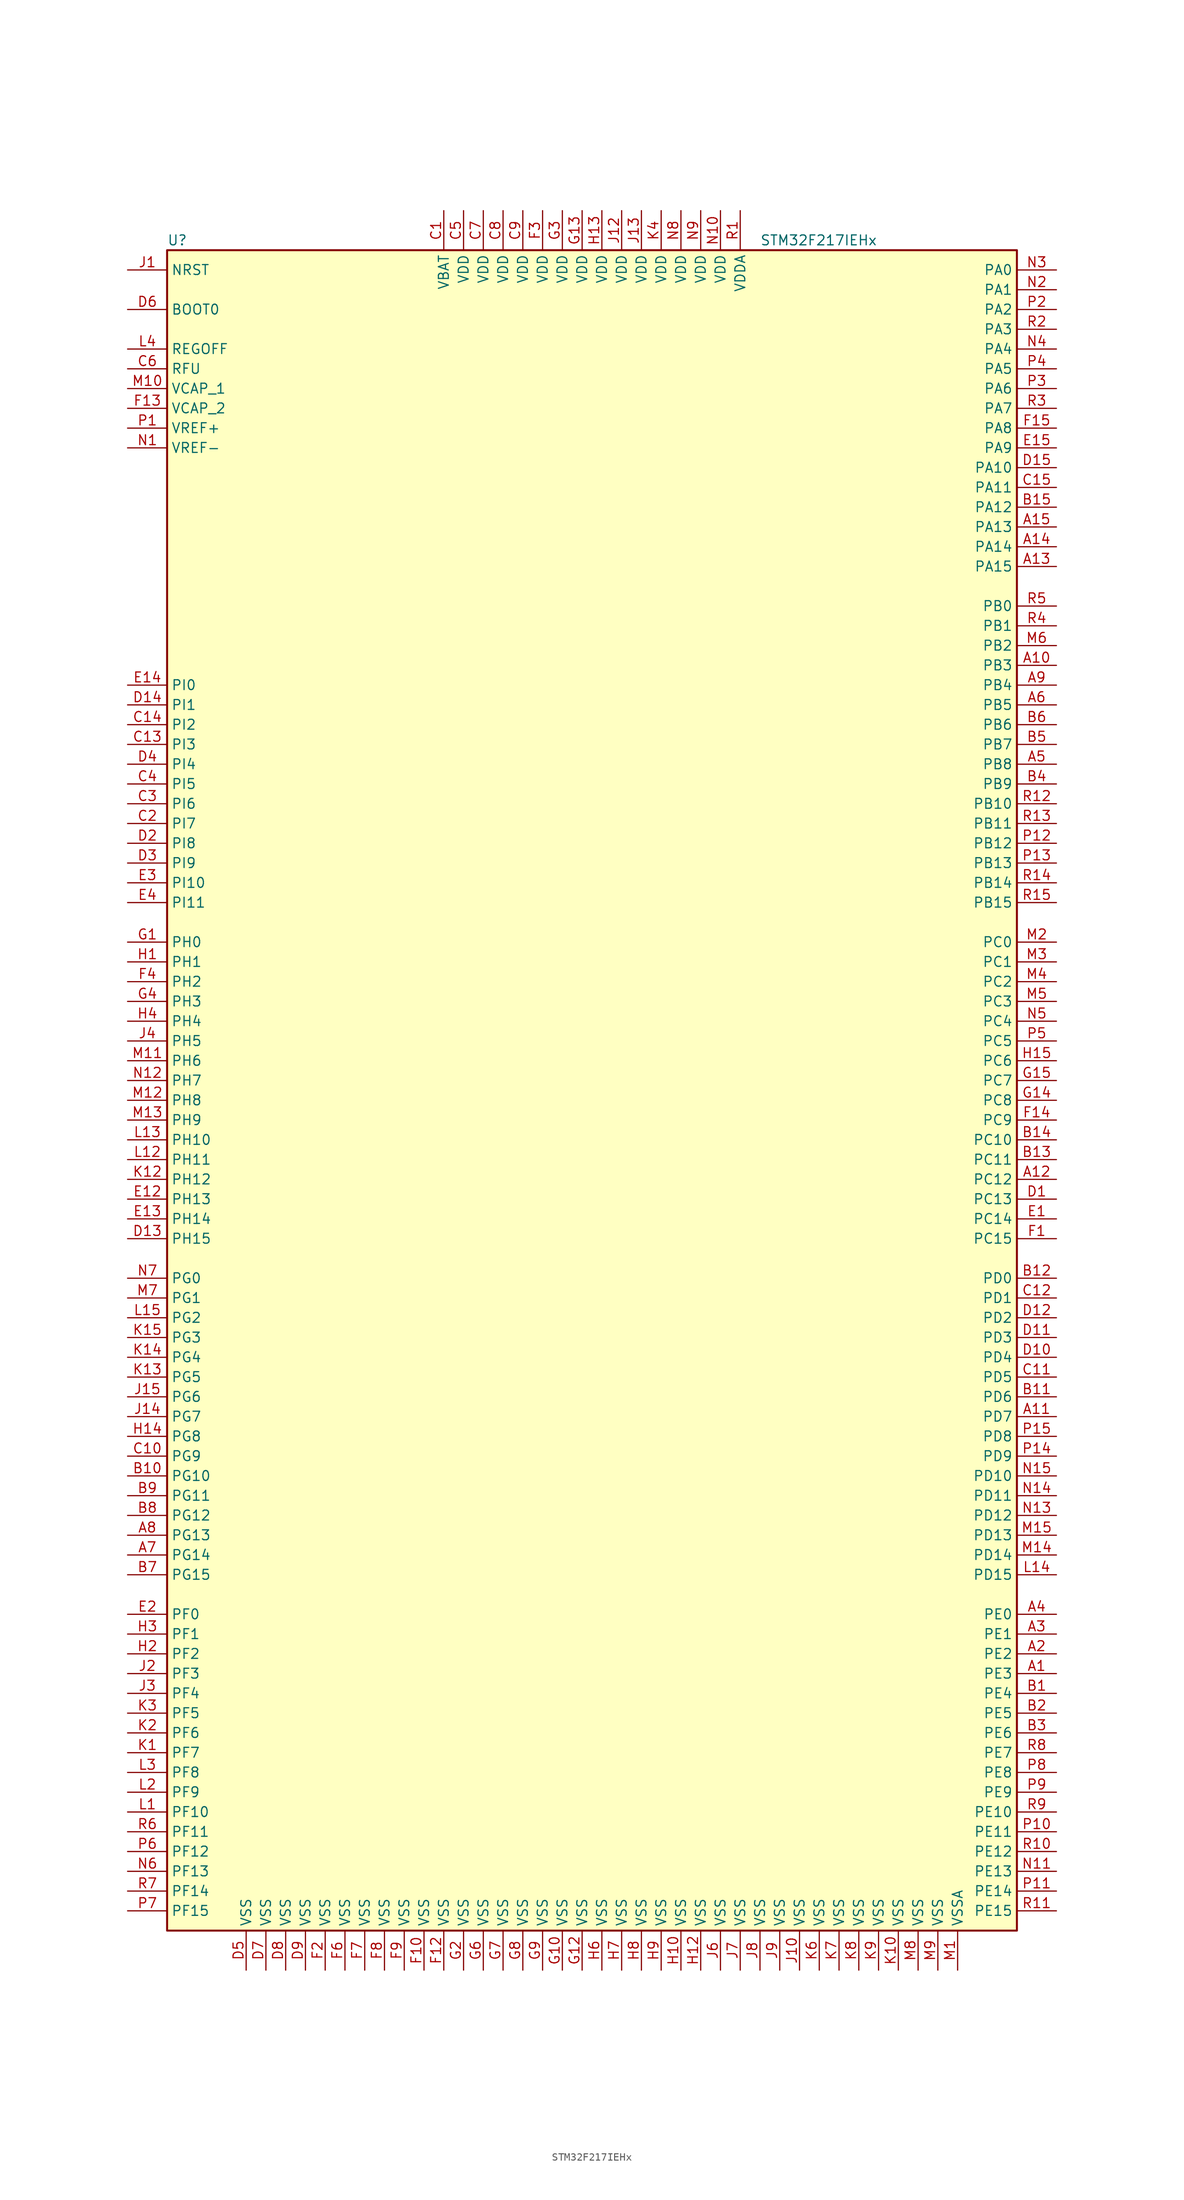
<source format=kicad_sym>
(kicad_symbol_lib
  (version 20211014)
  (generator kicad_symbol_editor)
  (symbol "STM32F217IEHx"
    (property "Reference" "U"
      (at -55.88 107.95 0)
      (effects (font (size 1.27 1.27)) (justify left)))
    (property "Value" "STM32F217IEHx"
      (at 20.32 107.95 0)
      (effects (font (size 1.27 1.27)) (justify left)))
    (symbol "STM32F217IEHx_0_1"
      (rectangle (start -55.88 -109.22) (end 53.34 106.68) (stroke (width 0.254) (type default) (color 0 0 0 0)) (fill (type background))))
    (symbol "STM32F217IEHx_1_1"
      (pin bidirectional line (at 58.42 -76.2 180) (length 5.08) (name "PE3" (effects (font (size 1.27 1.27)))) (number "A1" (effects (font (size 1.27 1.27)))))
      (pin bidirectional line (at 58.42 53.34 180) (length 5.08) (name "PB3" (effects (font (size 1.27 1.27)))) (number "A10" (effects (font (size 1.27 1.27)))))
      (pin bidirectional line (at 58.42 -43.18 180) (length 5.08) (name "PD7" (effects (font (size 1.27 1.27)))) (number "A11" (effects (font (size 1.27 1.27)))))
      (pin bidirectional line (at 58.42 -12.7 180) (length 5.08) (name "PC12" (effects (font (size 1.27 1.27)))) (number "A12" (effects (font (size 1.27 1.27)))))
      (pin bidirectional line (at 58.42 66.04 180) (length 5.08) (name "PA15" (effects (font (size 1.27 1.27)))) (number "A13" (effects (font (size 1.27 1.27)))))
      (pin bidirectional line (at 58.42 68.58 180) (length 5.08) (name "PA14" (effects (font (size 1.27 1.27)))) (number "A14" (effects (font (size 1.27 1.27)))))
      (pin bidirectional line (at 58.42 71.12 180) (length 5.08) (name "PA13" (effects (font (size 1.27 1.27)))) (number "A15" (effects (font (size 1.27 1.27)))))
      (pin bidirectional line (at 58.42 -73.66 180) (length 5.08) (name "PE2" (effects (font (size 1.27 1.27)))) (number "A2" (effects (font (size 1.27 1.27)))))
      (pin bidirectional line (at 58.42 -71.12 180) (length 5.08) (name "PE1" (effects (font (size 1.27 1.27)))) (number "A3" (effects (font (size 1.27 1.27)))))
      (pin bidirectional line (at 58.42 -68.58 180) (length 5.08) (name "PE0" (effects (font (size 1.27 1.27)))) (number "A4" (effects (font (size 1.27 1.27)))))
      (pin bidirectional line (at 58.42 40.64 180) (length 5.08) (name "PB8" (effects (font (size 1.27 1.27)))) (number "A5" (effects (font (size 1.27 1.27)))))
      (pin bidirectional line (at 58.42 48.26 180) (length 5.08) (name "PB5" (effects (font (size 1.27 1.27)))) (number "A6" (effects (font (size 1.27 1.27)))))
      (pin bidirectional line (at -60.96 -60.96 0) (length 5.08) (name "PG14" (effects (font (size 1.27 1.27)))) (number "A7" (effects (font (size 1.27 1.27)))))
      (pin bidirectional line (at -60.96 -58.42 0) (length 5.08) (name "PG13" (effects (font (size 1.27 1.27)))) (number "A8" (effects (font (size 1.27 1.27)))))
      (pin bidirectional line (at 58.42 50.8 180) (length 5.08) (name "PB4" (effects (font (size 1.27 1.27)))) (number "A9" (effects (font (size 1.27 1.27)))))
      (pin bidirectional line (at 58.42 -78.74 180) (length 5.08) (name "PE4" (effects (font (size 1.27 1.27)))) (number "B1" (effects (font (size 1.27 1.27)))))
      (pin bidirectional line (at -60.96 -50.8 0) (length 5.08) (name "PG10" (effects (font (size 1.27 1.27)))) (number "B10" (effects (font (size 1.27 1.27)))))
      (pin bidirectional line (at 58.42 -40.64 180) (length 5.08) (name "PD6" (effects (font (size 1.27 1.27)))) (number "B11" (effects (font (size 1.27 1.27)))))
      (pin bidirectional line (at 58.42 -25.4 180) (length 5.08) (name "PD0" (effects (font (size 1.27 1.27)))) (number "B12" (effects (font (size 1.27 1.27)))))
      (pin bidirectional line (at 58.42 -10.16 180) (length 5.08) (name "PC11" (effects (font (size 1.27 1.27)))) (number "B13" (effects (font (size 1.27 1.27)))))
      (pin bidirectional line (at 58.42 -7.62 180) (length 5.08) (name "PC10" (effects (font (size 1.27 1.27)))) (number "B14" (effects (font (size 1.27 1.27)))))
      (pin bidirectional line (at 58.42 73.66 180) (length 5.08) (name "PA12" (effects (font (size 1.27 1.27)))) (number "B15" (effects (font (size 1.27 1.27)))))
      (pin bidirectional line (at 58.42 -81.28 180) (length 5.08) (name "PE5" (effects (font (size 1.27 1.27)))) (number "B2" (effects (font (size 1.27 1.27)))))
      (pin bidirectional line (at 58.42 -83.82 180) (length 5.08) (name "PE6" (effects (font (size 1.27 1.27)))) (number "B3" (effects (font (size 1.27 1.27)))))
      (pin bidirectional line (at 58.42 38.1 180) (length 5.08) (name "PB9" (effects (font (size 1.27 1.27)))) (number "B4" (effects (font (size 1.27 1.27)))))
      (pin bidirectional line (at 58.42 43.18 180) (length 5.08) (name "PB7" (effects (font (size 1.27 1.27)))) (number "B5" (effects (font (size 1.27 1.27)))))
      (pin bidirectional line (at 58.42 45.72 180) (length 5.08) (name "PB6" (effects (font (size 1.27 1.27)))) (number "B6" (effects (font (size 1.27 1.27)))))
      (pin bidirectional line (at -60.96 -63.5 0) (length 5.08) (name "PG15" (effects (font (size 1.27 1.27)))) (number "B7" (effects (font (size 1.27 1.27)))))
      (pin bidirectional line (at -60.96 -55.88 0) (length 5.08) (name "PG12" (effects (font (size 1.27 1.27)))) (number "B8" (effects (font (size 1.27 1.27)))))
      (pin bidirectional line (at -60.96 -53.34 0) (length 5.08) (name "PG11" (effects (font (size 1.27 1.27)))) (number "B9" (effects (font (size 1.27 1.27)))))
      (pin power_in line (at -20.32 111.76 270) (length 5.08) (name "VBAT" (effects (font (size 1.27 1.27)))) (number "C1" (effects (font (size 1.27 1.27)))))
      (pin bidirectional line (at -60.96 -48.26 0) (length 5.08) (name "PG9" (effects (font (size 1.27 1.27)))) (number "C10" (effects (font (size 1.27 1.27)))))
      (pin bidirectional line (at 58.42 -38.1 180) (length 5.08) (name "PD5" (effects (font (size 1.27 1.27)))) (number "C11" (effects (font (size 1.27 1.27)))))
      (pin bidirectional line (at 58.42 -27.94 180) (length 5.08) (name "PD1" (effects (font (size 1.27 1.27)))) (number "C12" (effects (font (size 1.27 1.27)))))
      (pin bidirectional line (at -60.96 43.18 0) (length 5.08) (name "PI3" (effects (font (size 1.27 1.27)))) (number "C13" (effects (font (size 1.27 1.27)))))
      (pin bidirectional line (at -60.96 45.72 0) (length 5.08) (name "PI2" (effects (font (size 1.27 1.27)))) (number "C14" (effects (font (size 1.27 1.27)))))
      (pin bidirectional line (at 58.42 76.2 180) (length 5.08) (name "PA11" (effects (font (size 1.27 1.27)))) (number "C15" (effects (font (size 1.27 1.27)))))
      (pin bidirectional line (at -60.96 33.02 0) (length 5.08) (name "PI7" (effects (font (size 1.27 1.27)))) (number "C2" (effects (font (size 1.27 1.27)))))
      (pin bidirectional line (at -60.96 35.56 0) (length 5.08) (name "PI6" (effects (font (size 1.27 1.27)))) (number "C3" (effects (font (size 1.27 1.27)))))
      (pin bidirectional line (at -60.96 38.1 0) (length 5.08) (name "PI5" (effects (font (size 1.27 1.27)))) (number "C4" (effects (font (size 1.27 1.27)))))
      (pin power_in line (at -17.78 111.76 270) (length 5.08) (name "VDD" (effects (font (size 1.27 1.27)))) (number "C5" (effects (font (size 1.27 1.27)))))
      (pin power_in line (at -60.96 91.44 0) (length 5.08) (name "RFU" (effects (font (size 1.27 1.27)))) (number "C6" (effects (font (size 1.27 1.27)))))
      (pin power_in line (at -15.24 111.76 270) (length 5.08) (name "VDD" (effects (font (size 1.27 1.27)))) (number "C7" (effects (font (size 1.27 1.27)))))
      (pin power_in line (at -12.7 111.76 270) (length 5.08) (name "VDD" (effects (font (size 1.27 1.27)))) (number "C8" (effects (font (size 1.27 1.27)))))
      (pin power_in line (at -10.16 111.76 270) (length 5.08) (name "VDD" (effects (font (size 1.27 1.27)))) (number "C9" (effects (font (size 1.27 1.27)))))
      (pin bidirectional line (at 58.42 -15.24 180) (length 5.08) (name "PC13" (effects (font (size 1.27 1.27)))) (number "D1" (effects (font (size 1.27 1.27)))))
      (pin bidirectional line (at 58.42 -35.56 180) (length 5.08) (name "PD4" (effects (font (size 1.27 1.27)))) (number "D10" (effects (font (size 1.27 1.27)))))
      (pin bidirectional line (at 58.42 -33.02 180) (length 5.08) (name "PD3" (effects (font (size 1.27 1.27)))) (number "D11" (effects (font (size 1.27 1.27)))))
      (pin bidirectional line (at 58.42 -30.48 180) (length 5.08) (name "PD2" (effects (font (size 1.27 1.27)))) (number "D12" (effects (font (size 1.27 1.27)))))
      (pin bidirectional line (at -60.96 -20.32 0) (length 5.08) (name "PH15" (effects (font (size 1.27 1.27)))) (number "D13" (effects (font (size 1.27 1.27)))))
      (pin bidirectional line (at -60.96 48.26 0) (length 5.08) (name "PI1" (effects (font (size 1.27 1.27)))) (number "D14" (effects (font (size 1.27 1.27)))))
      (pin bidirectional line (at 58.42 78.74 180) (length 5.08) (name "PA10" (effects (font (size 1.27 1.27)))) (number "D15" (effects (font (size 1.27 1.27)))))
      (pin bidirectional line (at -60.96 30.48 0) (length 5.08) (name "PI8" (effects (font (size 1.27 1.27)))) (number "D2" (effects (font (size 1.27 1.27)))))
      (pin bidirectional line (at -60.96 27.94 0) (length 5.08) (name "PI9" (effects (font (size 1.27 1.27)))) (number "D3" (effects (font (size 1.27 1.27)))))
      (pin bidirectional line (at -60.96 40.64 0) (length 5.08) (name "PI4" (effects (font (size 1.27 1.27)))) (number "D4" (effects (font (size 1.27 1.27)))))
      (pin power_in line (at -45.72 -114.3 90) (length 5.08) (name "VSS" (effects (font (size 1.27 1.27)))) (number "D5" (effects (font (size 1.27 1.27)))))
      (pin input line (at -60.96 99.06 0) (length 5.08) (name "BOOT0" (effects (font (size 1.27 1.27)))) (number "D6" (effects (font (size 1.27 1.27)))))
      (pin power_in line (at -43.18 -114.3 90) (length 5.08) (name "VSS" (effects (font (size 1.27 1.27)))) (number "D7" (effects (font (size 1.27 1.27)))))
      (pin power_in line (at -40.64 -114.3 90) (length 5.08) (name "VSS" (effects (font (size 1.27 1.27)))) (number "D8" (effects (font (size 1.27 1.27)))))
      (pin power_in line (at -38.1 -114.3 90) (length 5.08) (name "VSS" (effects (font (size 1.27 1.27)))) (number "D9" (effects (font (size 1.27 1.27)))))
      (pin bidirectional line (at 58.42 -17.78 180) (length 5.08) (name "PC14" (effects (font (size 1.27 1.27)))) (number "E1" (effects (font (size 1.27 1.27)))))
      (pin bidirectional line (at -60.96 -15.24 0) (length 5.08) (name "PH13" (effects (font (size 1.27 1.27)))) (number "E12" (effects (font (size 1.27 1.27)))))
      (pin bidirectional line (at -60.96 -17.78 0) (length 5.08) (name "PH14" (effects (font (size 1.27 1.27)))) (number "E13" (effects (font (size 1.27 1.27)))))
      (pin bidirectional line (at -60.96 50.8 0) (length 5.08) (name "PI0" (effects (font (size 1.27 1.27)))) (number "E14" (effects (font (size 1.27 1.27)))))
      (pin bidirectional line (at 58.42 81.28 180) (length 5.08) (name "PA9" (effects (font (size 1.27 1.27)))) (number "E15" (effects (font (size 1.27 1.27)))))
      (pin bidirectional line (at -60.96 -68.58 0) (length 5.08) (name "PF0" (effects (font (size 1.27 1.27)))) (number "E2" (effects (font (size 1.27 1.27)))))
      (pin bidirectional line (at -60.96 25.4 0) (length 5.08) (name "PI10" (effects (font (size 1.27 1.27)))) (number "E3" (effects (font (size 1.27 1.27)))))
      (pin bidirectional line (at -60.96 22.86 0) (length 5.08) (name "PI11" (effects (font (size 1.27 1.27)))) (number "E4" (effects (font (size 1.27 1.27)))))
      (pin bidirectional line (at 58.42 -20.32 180) (length 5.08) (name "PC15" (effects (font (size 1.27 1.27)))) (number "F1" (effects (font (size 1.27 1.27)))))
      (pin power_in line (at -22.86 -114.3 90) (length 5.08) (name "VSS" (effects (font (size 1.27 1.27)))) (number "F10" (effects (font (size 1.27 1.27)))))
      (pin power_in line (at -20.32 -114.3 90) (length 5.08) (name "VSS" (effects (font (size 1.27 1.27)))) (number "F12" (effects (font (size 1.27 1.27)))))
      (pin power_in line (at -60.96 86.36 0) (length 5.08) (name "VCAP_2" (effects (font (size 1.27 1.27)))) (number "F13" (effects (font (size 1.27 1.27)))))
      (pin bidirectional line (at 58.42 -5.08 180) (length 5.08) (name "PC9" (effects (font (size 1.27 1.27)))) (number "F14" (effects (font (size 1.27 1.27)))))
      (pin bidirectional line (at 58.42 83.82 180) (length 5.08) (name "PA8" (effects (font (size 1.27 1.27)))) (number "F15" (effects (font (size 1.27 1.27)))))
      (pin power_in line (at -35.56 -114.3 90) (length 5.08) (name "VSS" (effects (font (size 1.27 1.27)))) (number "F2" (effects (font (size 1.27 1.27)))))
      (pin power_in line (at -7.62 111.76 270) (length 5.08) (name "VDD" (effects (font (size 1.27 1.27)))) (number "F3" (effects (font (size 1.27 1.27)))))
      (pin bidirectional line (at -60.96 12.7 0) (length 5.08) (name "PH2" (effects (font (size 1.27 1.27)))) (number "F4" (effects (font (size 1.27 1.27)))))
      (pin power_in line (at -33.02 -114.3 90) (length 5.08) (name "VSS" (effects (font (size 1.27 1.27)))) (number "F6" (effects (font (size 1.27 1.27)))))
      (pin power_in line (at -30.48 -114.3 90) (length 5.08) (name "VSS" (effects (font (size 1.27 1.27)))) (number "F7" (effects (font (size 1.27 1.27)))))
      (pin power_in line (at -27.94 -114.3 90) (length 5.08) (name "VSS" (effects (font (size 1.27 1.27)))) (number "F8" (effects (font (size 1.27 1.27)))))
      (pin power_in line (at -25.4 -114.3 90) (length 5.08) (name "VSS" (effects (font (size 1.27 1.27)))) (number "F9" (effects (font (size 1.27 1.27)))))
      (pin input line (at -60.96 17.78 0) (length 5.08) (name "PH0" (effects (font (size 1.27 1.27)))) (number "G1" (effects (font (size 1.27 1.27)))))
      (pin power_in line (at -5.08 -114.3 90) (length 5.08) (name "VSS" (effects (font (size 1.27 1.27)))) (number "G10" (effects (font (size 1.27 1.27)))))
      (pin power_in line (at -2.54 -114.3 90) (length 5.08) (name "VSS" (effects (font (size 1.27 1.27)))) (number "G12" (effects (font (size 1.27 1.27)))))
      (pin power_in line (at -2.54 111.76 270) (length 5.08) (name "VDD" (effects (font (size 1.27 1.27)))) (number "G13" (effects (font (size 1.27 1.27)))))
      (pin bidirectional line (at 58.42 -2.54 180) (length 5.08) (name "PC8" (effects (font (size 1.27 1.27)))) (number "G14" (effects (font (size 1.27 1.27)))))
      (pin bidirectional line (at 58.42 0 180) (length 5.08) (name "PC7" (effects (font (size 1.27 1.27)))) (number "G15" (effects (font (size 1.27 1.27)))))
      (pin power_in line (at -17.78 -114.3 90) (length 5.08) (name "VSS" (effects (font (size 1.27 1.27)))) (number "G2" (effects (font (size 1.27 1.27)))))
      (pin power_in line (at -5.08 111.76 270) (length 5.08) (name "VDD" (effects (font (size 1.27 1.27)))) (number "G3" (effects (font (size 1.27 1.27)))))
      (pin bidirectional line (at -60.96 10.16 0) (length 5.08) (name "PH3" (effects (font (size 1.27 1.27)))) (number "G4" (effects (font (size 1.27 1.27)))))
      (pin power_in line (at -15.24 -114.3 90) (length 5.08) (name "VSS" (effects (font (size 1.27 1.27)))) (number "G6" (effects (font (size 1.27 1.27)))))
      (pin power_in line (at -12.7 -114.3 90) (length 5.08) (name "VSS" (effects (font (size 1.27 1.27)))) (number "G7" (effects (font (size 1.27 1.27)))))
      (pin power_in line (at -10.16 -114.3 90) (length 5.08) (name "VSS" (effects (font (size 1.27 1.27)))) (number "G8" (effects (font (size 1.27 1.27)))))
      (pin power_in line (at -7.62 -114.3 90) (length 5.08) (name "VSS" (effects (font (size 1.27 1.27)))) (number "G9" (effects (font (size 1.27 1.27)))))
      (pin input line (at -60.96 15.24 0) (length 5.08) (name "PH1" (effects (font (size 1.27 1.27)))) (number "H1" (effects (font (size 1.27 1.27)))))
      (pin power_in line (at 10.16 -114.3 90) (length 5.08) (name "VSS" (effects (font (size 1.27 1.27)))) (number "H10" (effects (font (size 1.27 1.27)))))
      (pin power_in line (at 12.7 -114.3 90) (length 5.08) (name "VSS" (effects (font (size 1.27 1.27)))) (number "H12" (effects (font (size 1.27 1.27)))))
      (pin power_in line (at 0 111.76 270) (length 5.08) (name "VDD" (effects (font (size 1.27 1.27)))) (number "H13" (effects (font (size 1.27 1.27)))))
      (pin bidirectional line (at -60.96 -45.72 0) (length 5.08) (name "PG8" (effects (font (size 1.27 1.27)))) (number "H14" (effects (font (size 1.27 1.27)))))
      (pin bidirectional line (at 58.42 2.54 180) (length 5.08) (name "PC6" (effects (font (size 1.27 1.27)))) (number "H15" (effects (font (size 1.27 1.27)))))
      (pin bidirectional line (at -60.96 -73.66 0) (length 5.08) (name "PF2" (effects (font (size 1.27 1.27)))) (number "H2" (effects (font (size 1.27 1.27)))))
      (pin bidirectional line (at -60.96 -71.12 0) (length 5.08) (name "PF1" (effects (font (size 1.27 1.27)))) (number "H3" (effects (font (size 1.27 1.27)))))
      (pin bidirectional line (at -60.96 7.62 0) (length 5.08) (name "PH4" (effects (font (size 1.27 1.27)))) (number "H4" (effects (font (size 1.27 1.27)))))
      (pin power_in line (at 0 -114.3 90) (length 5.08) (name "VSS" (effects (font (size 1.27 1.27)))) (number "H6" (effects (font (size 1.27 1.27)))))
      (pin power_in line (at 2.54 -114.3 90) (length 5.08) (name "VSS" (effects (font (size 1.27 1.27)))) (number "H7" (effects (font (size 1.27 1.27)))))
      (pin power_in line (at 5.08 -114.3 90) (length 5.08) (name "VSS" (effects (font (size 1.27 1.27)))) (number "H8" (effects (font (size 1.27 1.27)))))
      (pin power_in line (at 7.62 -114.3 90) (length 5.08) (name "VSS" (effects (font (size 1.27 1.27)))) (number "H9" (effects (font (size 1.27 1.27)))))
      (pin input line (at -60.96 104.14 0) (length 5.08) (name "NRST" (effects (font (size 1.27 1.27)))) (number "J1" (effects (font (size 1.27 1.27)))))
      (pin power_in line (at 25.4 -114.3 90) (length 5.08) (name "VSS" (effects (font (size 1.27 1.27)))) (number "J10" (effects (font (size 1.27 1.27)))))
      (pin power_in line (at 2.54 111.76 270) (length 5.08) (name "VDD" (effects (font (size 1.27 1.27)))) (number "J12" (effects (font (size 1.27 1.27)))))
      (pin power_in line (at 5.08 111.76 270) (length 5.08) (name "VDD" (effects (font (size 1.27 1.27)))) (number "J13" (effects (font (size 1.27 1.27)))))
      (pin bidirectional line (at -60.96 -43.18 0) (length 5.08) (name "PG7" (effects (font (size 1.27 1.27)))) (number "J14" (effects (font (size 1.27 1.27)))))
      (pin bidirectional line (at -60.96 -40.64 0) (length 5.08) (name "PG6" (effects (font (size 1.27 1.27)))) (number "J15" (effects (font (size 1.27 1.27)))))
      (pin bidirectional line (at -60.96 -76.2 0) (length 5.08) (name "PF3" (effects (font (size 1.27 1.27)))) (number "J2" (effects (font (size 1.27 1.27)))))
      (pin bidirectional line (at -60.96 -78.74 0) (length 5.08) (name "PF4" (effects (font (size 1.27 1.27)))) (number "J3" (effects (font (size 1.27 1.27)))))
      (pin bidirectional line (at -60.96 5.08 0) (length 5.08) (name "PH5" (effects (font (size 1.27 1.27)))) (number "J4" (effects (font (size 1.27 1.27)))))
      (pin power_in line (at 15.24 -114.3 90) (length 5.08) (name "VSS" (effects (font (size 1.27 1.27)))) (number "J6" (effects (font (size 1.27 1.27)))))
      (pin power_in line (at 17.78 -114.3 90) (length 5.08) (name "VSS" (effects (font (size 1.27 1.27)))) (number "J7" (effects (font (size 1.27 1.27)))))
      (pin power_in line (at 20.32 -114.3 90) (length 5.08) (name "VSS" (effects (font (size 1.27 1.27)))) (number "J8" (effects (font (size 1.27 1.27)))))
      (pin power_in line (at 22.86 -114.3 90) (length 5.08) (name "VSS" (effects (font (size 1.27 1.27)))) (number "J9" (effects (font (size 1.27 1.27)))))
      (pin bidirectional line (at -60.96 -86.36 0) (length 5.08) (name "PF7" (effects (font (size 1.27 1.27)))) (number "K1" (effects (font (size 1.27 1.27)))))
      (pin power_in line (at 38.1 -114.3 90) (length 5.08) (name "VSS" (effects (font (size 1.27 1.27)))) (number "K10" (effects (font (size 1.27 1.27)))))
      (pin bidirectional line (at -60.96 -12.7 0) (length 5.08) (name "PH12" (effects (font (size 1.27 1.27)))) (number "K12" (effects (font (size 1.27 1.27)))))
      (pin bidirectional line (at -60.96 -38.1 0) (length 5.08) (name "PG5" (effects (font (size 1.27 1.27)))) (number "K13" (effects (font (size 1.27 1.27)))))
      (pin bidirectional line (at -60.96 -35.56 0) (length 5.08) (name "PG4" (effects (font (size 1.27 1.27)))) (number "K14" (effects (font (size 1.27 1.27)))))
      (pin bidirectional line (at -60.96 -33.02 0) (length 5.08) (name "PG3" (effects (font (size 1.27 1.27)))) (number "K15" (effects (font (size 1.27 1.27)))))
      (pin bidirectional line (at -60.96 -83.82 0) (length 5.08) (name "PF6" (effects (font (size 1.27 1.27)))) (number "K2" (effects (font (size 1.27 1.27)))))
      (pin bidirectional line (at -60.96 -81.28 0) (length 5.08) (name "PF5" (effects (font (size 1.27 1.27)))) (number "K3" (effects (font (size 1.27 1.27)))))
      (pin power_in line (at 7.62 111.76 270) (length 5.08) (name "VDD" (effects (font (size 1.27 1.27)))) (number "K4" (effects (font (size 1.27 1.27)))))
      (pin power_in line (at 27.94 -114.3 90) (length 5.08) (name "VSS" (effects (font (size 1.27 1.27)))) (number "K6" (effects (font (size 1.27 1.27)))))
      (pin power_in line (at 30.48 -114.3 90) (length 5.08) (name "VSS" (effects (font (size 1.27 1.27)))) (number "K7" (effects (font (size 1.27 1.27)))))
      (pin power_in line (at 33.02 -114.3 90) (length 5.08) (name "VSS" (effects (font (size 1.27 1.27)))) (number "K8" (effects (font (size 1.27 1.27)))))
      (pin power_in line (at 35.56 -114.3 90) (length 5.08) (name "VSS" (effects (font (size 1.27 1.27)))) (number "K9" (effects (font (size 1.27 1.27)))))
      (pin bidirectional line (at -60.96 -93.98 0) (length 5.08) (name "PF10" (effects (font (size 1.27 1.27)))) (number "L1" (effects (font (size 1.27 1.27)))))
      (pin bidirectional line (at -60.96 -10.16 0) (length 5.08) (name "PH11" (effects (font (size 1.27 1.27)))) (number "L12" (effects (font (size 1.27 1.27)))))
      (pin bidirectional line (at -60.96 -7.62 0) (length 5.08) (name "PH10" (effects (font (size 1.27 1.27)))) (number "L13" (effects (font (size 1.27 1.27)))))
      (pin bidirectional line (at 58.42 -63.5 180) (length 5.08) (name "PD15" (effects (font (size 1.27 1.27)))) (number "L14" (effects (font (size 1.27 1.27)))))
      (pin bidirectional line (at -60.96 -30.48 0) (length 5.08) (name "PG2" (effects (font (size 1.27 1.27)))) (number "L15" (effects (font (size 1.27 1.27)))))
      (pin bidirectional line (at -60.96 -91.44 0) (length 5.08) (name "PF9" (effects (font (size 1.27 1.27)))) (number "L2" (effects (font (size 1.27 1.27)))))
      (pin bidirectional line (at -60.96 -88.9 0) (length 5.08) (name "PF8" (effects (font (size 1.27 1.27)))) (number "L3" (effects (font (size 1.27 1.27)))))
      (pin power_in line (at -60.96 93.98 0) (length 5.08) (name "REGOFF" (effects (font (size 1.27 1.27)))) (number "L4" (effects (font (size 1.27 1.27)))))
      (pin power_in line (at 45.72 -114.3 90) (length 5.08) (name "VSSA" (effects (font (size 1.27 1.27)))) (number "M1" (effects (font (size 1.27 1.27)))))
      (pin power_in line (at -60.96 88.9 0) (length 5.08) (name "VCAP_1" (effects (font (size 1.27 1.27)))) (number "M10" (effects (font (size 1.27 1.27)))))
      (pin bidirectional line (at -60.96 2.54 0) (length 5.08) (name "PH6" (effects (font (size 1.27 1.27)))) (number "M11" (effects (font (size 1.27 1.27)))))
      (pin bidirectional line (at -60.96 -2.54 0) (length 5.08) (name "PH8" (effects (font (size 1.27 1.27)))) (number "M12" (effects (font (size 1.27 1.27)))))
      (pin bidirectional line (at -60.96 -5.08 0) (length 5.08) (name "PH9" (effects (font (size 1.27 1.27)))) (number "M13" (effects (font (size 1.27 1.27)))))
      (pin bidirectional line (at 58.42 -60.96 180) (length 5.08) (name "PD14" (effects (font (size 1.27 1.27)))) (number "M14" (effects (font (size 1.27 1.27)))))
      (pin bidirectional line (at 58.42 -58.42 180) (length 5.08) (name "PD13" (effects (font (size 1.27 1.27)))) (number "M15" (effects (font (size 1.27 1.27)))))
      (pin bidirectional line (at 58.42 17.78 180) (length 5.08) (name "PC0" (effects (font (size 1.27 1.27)))) (number "M2" (effects (font (size 1.27 1.27)))))
      (pin bidirectional line (at 58.42 15.24 180) (length 5.08) (name "PC1" (effects (font (size 1.27 1.27)))) (number "M3" (effects (font (size 1.27 1.27)))))
      (pin bidirectional line (at 58.42 12.7 180) (length 5.08) (name "PC2" (effects (font (size 1.27 1.27)))) (number "M4" (effects (font (size 1.27 1.27)))))
      (pin bidirectional line (at 58.42 10.16 180) (length 5.08) (name "PC3" (effects (font (size 1.27 1.27)))) (number "M5" (effects (font (size 1.27 1.27)))))
      (pin bidirectional line (at 58.42 55.88 180) (length 5.08) (name "PB2" (effects (font (size 1.27 1.27)))) (number "M6" (effects (font (size 1.27 1.27)))))
      (pin bidirectional line (at -60.96 -27.94 0) (length 5.08) (name "PG1" (effects (font (size 1.27 1.27)))) (number "M7" (effects (font (size 1.27 1.27)))))
      (pin power_in line (at 40.64 -114.3 90) (length 5.08) (name "VSS" (effects (font (size 1.27 1.27)))) (number "M8" (effects (font (size 1.27 1.27)))))
      (pin power_in line (at 43.18 -114.3 90) (length 5.08) (name "VSS" (effects (font (size 1.27 1.27)))) (number "M9" (effects (font (size 1.27 1.27)))))
      (pin power_in line (at -60.96 81.28 0) (length 5.08) (name "VREF-" (effects (font (size 1.27 1.27)))) (number "N1" (effects (font (size 1.27 1.27)))))
      (pin power_in line (at 15.24 111.76 270) (length 5.08) (name "VDD" (effects (font (size 1.27 1.27)))) (number "N10" (effects (font (size 1.27 1.27)))))
      (pin bidirectional line (at 58.42 -101.6 180) (length 5.08) (name "PE13" (effects (font (size 1.27 1.27)))) (number "N11" (effects (font (size 1.27 1.27)))))
      (pin bidirectional line (at -60.96 0 0) (length 5.08) (name "PH7" (effects (font (size 1.27 1.27)))) (number "N12" (effects (font (size 1.27 1.27)))))
      (pin bidirectional line (at 58.42 -55.88 180) (length 5.08) (name "PD12" (effects (font (size 1.27 1.27)))) (number "N13" (effects (font (size 1.27 1.27)))))
      (pin bidirectional line (at 58.42 -53.34 180) (length 5.08) (name "PD11" (effects (font (size 1.27 1.27)))) (number "N14" (effects (font (size 1.27 1.27)))))
      (pin bidirectional line (at 58.42 -50.8 180) (length 5.08) (name "PD10" (effects (font (size 1.27 1.27)))) (number "N15" (effects (font (size 1.27 1.27)))))
      (pin bidirectional line (at 58.42 101.6 180) (length 5.08) (name "PA1" (effects (font (size 1.27 1.27)))) (number "N2" (effects (font (size 1.27 1.27)))))
      (pin bidirectional line (at 58.42 104.14 180) (length 5.08) (name "PA0" (effects (font (size 1.27 1.27)))) (number "N3" (effects (font (size 1.27 1.27)))))
      (pin bidirectional line (at 58.42 93.98 180) (length 5.08) (name "PA4" (effects (font (size 1.27 1.27)))) (number "N4" (effects (font (size 1.27 1.27)))))
      (pin bidirectional line (at 58.42 7.62 180) (length 5.08) (name "PC4" (effects (font (size 1.27 1.27)))) (number "N5" (effects (font (size 1.27 1.27)))))
      (pin bidirectional line (at -60.96 -101.6 0) (length 5.08) (name "PF13" (effects (font (size 1.27 1.27)))) (number "N6" (effects (font (size 1.27 1.27)))))
      (pin bidirectional line (at -60.96 -25.4 0) (length 5.08) (name "PG0" (effects (font (size 1.27 1.27)))) (number "N7" (effects (font (size 1.27 1.27)))))
      (pin power_in line (at 10.16 111.76 270) (length 5.08) (name "VDD" (effects (font (size 1.27 1.27)))) (number "N8" (effects (font (size 1.27 1.27)))))
      (pin power_in line (at 12.7 111.76 270) (length 5.08) (name "VDD" (effects (font (size 1.27 1.27)))) (number "N9" (effects (font (size 1.27 1.27)))))
      (pin power_in line (at -60.96 83.82 0) (length 5.08) (name "VREF+" (effects (font (size 1.27 1.27)))) (number "P1" (effects (font (size 1.27 1.27)))))
      (pin bidirectional line (at 58.42 -96.52 180) (length 5.08) (name "PE11" (effects (font (size 1.27 1.27)))) (number "P10" (effects (font (size 1.27 1.27)))))
      (pin bidirectional line (at 58.42 -104.14 180) (length 5.08) (name "PE14" (effects (font (size 1.27 1.27)))) (number "P11" (effects (font (size 1.27 1.27)))))
      (pin bidirectional line (at 58.42 30.48 180) (length 5.08) (name "PB12" (effects (font (size 1.27 1.27)))) (number "P12" (effects (font (size 1.27 1.27)))))
      (pin bidirectional line (at 58.42 27.94 180) (length 5.08) (name "PB13" (effects (font (size 1.27 1.27)))) (number "P13" (effects (font (size 1.27 1.27)))))
      (pin bidirectional line (at 58.42 -48.26 180) (length 5.08) (name "PD9" (effects (font (size 1.27 1.27)))) (number "P14" (effects (font (size 1.27 1.27)))))
      (pin bidirectional line (at 58.42 -45.72 180) (length 5.08) (name "PD8" (effects (font (size 1.27 1.27)))) (number "P15" (effects (font (size 1.27 1.27)))))
      (pin bidirectional line (at 58.42 99.06 180) (length 5.08) (name "PA2" (effects (font (size 1.27 1.27)))) (number "P2" (effects (font (size 1.27 1.27)))))
      (pin bidirectional line (at 58.42 88.9 180) (length 5.08) (name "PA6" (effects (font (size 1.27 1.27)))) (number "P3" (effects (font (size 1.27 1.27)))))
      (pin bidirectional line (at 58.42 91.44 180) (length 5.08) (name "PA5" (effects (font (size 1.27 1.27)))) (number "P4" (effects (font (size 1.27 1.27)))))
      (pin bidirectional line (at 58.42 5.08 180) (length 5.08) (name "PC5" (effects (font (size 1.27 1.27)))) (number "P5" (effects (font (size 1.27 1.27)))))
      (pin bidirectional line (at -60.96 -99.06 0) (length 5.08) (name "PF12" (effects (font (size 1.27 1.27)))) (number "P6" (effects (font (size 1.27 1.27)))))
      (pin bidirectional line (at -60.96 -106.68 0) (length 5.08) (name "PF15" (effects (font (size 1.27 1.27)))) (number "P7" (effects (font (size 1.27 1.27)))))
      (pin bidirectional line (at 58.42 -88.9 180) (length 5.08) (name "PE8" (effects (font (size 1.27 1.27)))) (number "P8" (effects (font (size 1.27 1.27)))))
      (pin bidirectional line (at 58.42 -91.44 180) (length 5.08) (name "PE9" (effects (font (size 1.27 1.27)))) (number "P9" (effects (font (size 1.27 1.27)))))
      (pin power_in line (at 17.78 111.76 270) (length 5.08) (name "VDDA" (effects (font (size 1.27 1.27)))) (number "R1" (effects (font (size 1.27 1.27)))))
      (pin bidirectional line (at 58.42 -99.06 180) (length 5.08) (name "PE12" (effects (font (size 1.27 1.27)))) (number "R10" (effects (font (size 1.27 1.27)))))
      (pin bidirectional line (at 58.42 -106.68 180) (length 5.08) (name "PE15" (effects (font (size 1.27 1.27)))) (number "R11" (effects (font (size 1.27 1.27)))))
      (pin bidirectional line (at 58.42 35.56 180) (length 5.08) (name "PB10" (effects (font (size 1.27 1.27)))) (number "R12" (effects (font (size 1.27 1.27)))))
      (pin bidirectional line (at 58.42 33.02 180) (length 5.08) (name "PB11" (effects (font (size 1.27 1.27)))) (number "R13" (effects (font (size 1.27 1.27)))))
      (pin bidirectional line (at 58.42 25.4 180) (length 5.08) (name "PB14" (effects (font (size 1.27 1.27)))) (number "R14" (effects (font (size 1.27 1.27)))))
      (pin bidirectional line (at 58.42 22.86 180) (length 5.08) (name "PB15" (effects (font (size 1.27 1.27)))) (number "R15" (effects (font (size 1.27 1.27)))))
      (pin bidirectional line (at 58.42 96.52 180) (length 5.08) (name "PA3" (effects (font (size 1.27 1.27)))) (number "R2" (effects (font (size 1.27 1.27)))))
      (pin bidirectional line (at 58.42 86.36 180) (length 5.08) (name "PA7" (effects (font (size 1.27 1.27)))) (number "R3" (effects (font (size 1.27 1.27)))))
      (pin bidirectional line (at 58.42 58.42 180) (length 5.08) (name "PB1" (effects (font (size 1.27 1.27)))) (number "R4" (effects (font (size 1.27 1.27)))))
      (pin bidirectional line (at 58.42 60.96 180) (length 5.08) (name "PB0" (effects (font (size 1.27 1.27)))) (number "R5" (effects (font (size 1.27 1.27)))))
      (pin bidirectional line (at -60.96 -96.52 0) (length 5.08) (name "PF11" (effects (font (size 1.27 1.27)))) (number "R6" (effects (font (size 1.27 1.27)))))
      (pin bidirectional line (at -60.96 -104.14 0) (length 5.08) (name "PF14" (effects (font (size 1.27 1.27)))) (number "R7" (effects (font (size 1.27 1.27)))))
      (pin bidirectional line (at 58.42 -86.36 180) (length 5.08) (name "PE7" (effects (font (size 1.27 1.27)))) (number "R8" (effects (font (size 1.27 1.27)))))
      (pin bidirectional line (at 58.42 -93.98 180) (length 5.08) (name "PE10" (effects (font (size 1.27 1.27)))) (number "R9" (effects (font (size 1.27 1.27))))))))
</source>
